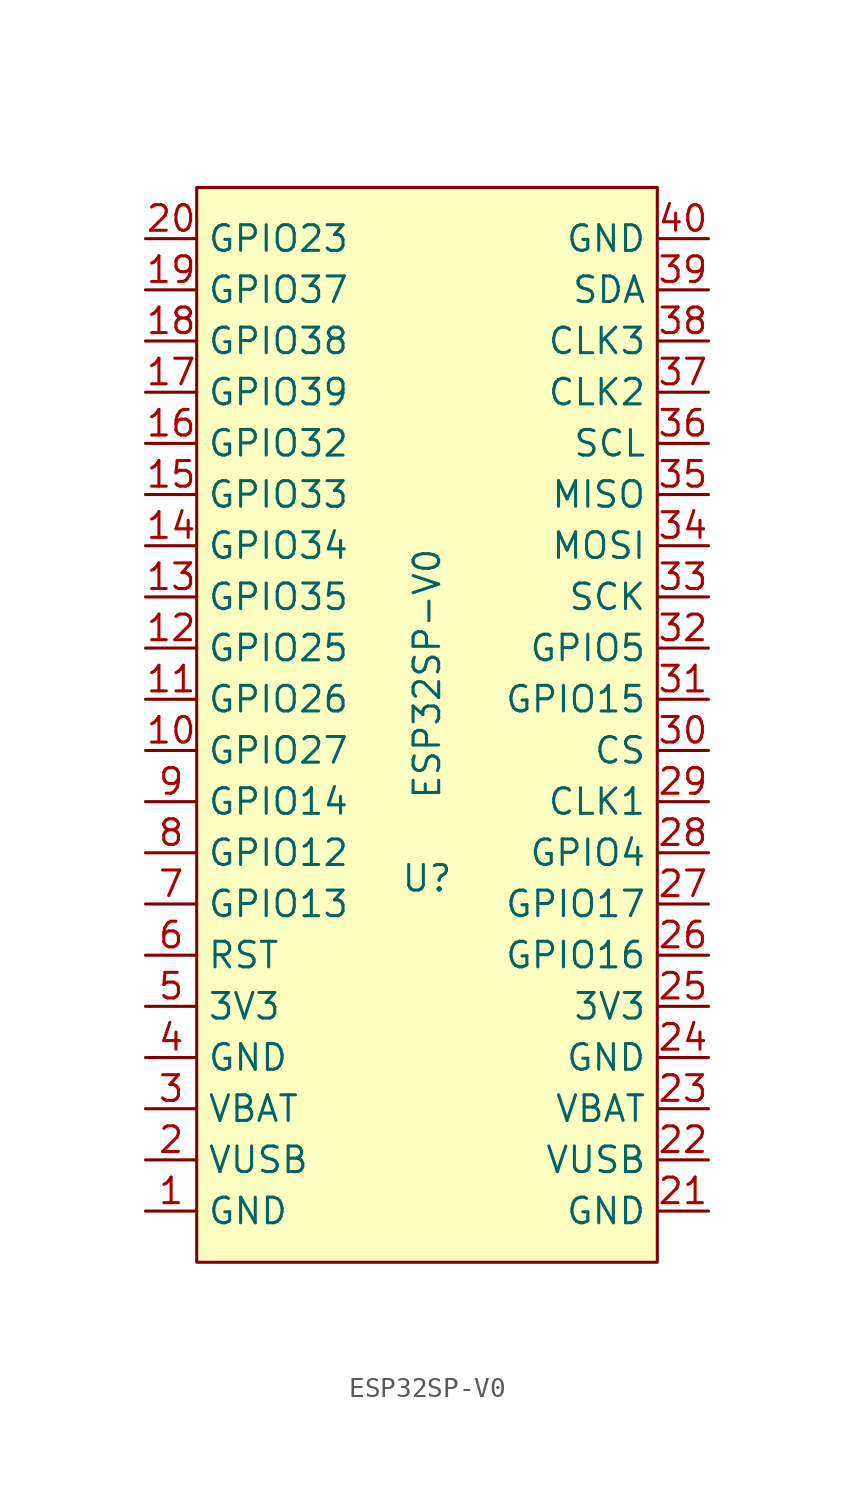
<source format=kicad_sym>
(kicad_symbol_lib
  (version 20211014)
  (generator kicad_symbol_editor)
  (symbol "ESP32SP-V0"
    (property "Reference" "U"
      (at 0 -6.35 0)
      (effects (font (size 1.27 1.27))))
    (property "Value" "ESP32SP-V0"
      (at 0 3.81 90)
      (effects (font (size 1.27 1.27))))
    (symbol "ESP32SP-V0_0_1"
      (rectangle (start -11.43 27.94) (end 11.43 -25.4) (stroke (width 0) (type default) (color 0 0 0 0)) (fill (type background))))
    (symbol "ESP32SP-V0_1_1"
      (pin input line (at -13.97 -22.86 0) (length 2.54) (name "GND" (effects (font (size 1.27 1.27)))) (number "1" (effects (font (size 1.27 1.27)))))
      (pin bidirectional line (at -13.97 0 0) (length 2.54) (name "GPIO27" (effects (font (size 1.27 1.27)))) (number "10" (effects (font (size 1.27 1.27)))))
      (pin bidirectional line (at -13.97 2.54 0) (length 2.54) (name "GPIO26" (effects (font (size 1.27 1.27)))) (number "11" (effects (font (size 1.27 1.27)))))
      (pin bidirectional line (at -13.97 5.08 0) (length 2.54) (name "GPIO25" (effects (font (size 1.27 1.27)))) (number "12" (effects (font (size 1.27 1.27)))))
      (pin bidirectional line (at -13.97 7.62 0) (length 2.54) (name "GPIO35" (effects (font (size 1.27 1.27)))) (number "13" (effects (font (size 1.27 1.27)))))
      (pin bidirectional line (at -13.97 10.16 0) (length 2.54) (name "GPIO34" (effects (font (size 1.27 1.27)))) (number "14" (effects (font (size 1.27 1.27)))))
      (pin bidirectional line (at -13.97 12.7 0) (length 2.54) (name "GPIO33" (effects (font (size 1.27 1.27)))) (number "15" (effects (font (size 1.27 1.27)))))
      (pin bidirectional line (at -13.97 15.24 0) (length 2.54) (name "GPIO32" (effects (font (size 1.27 1.27)))) (number "16" (effects (font (size 1.27 1.27)))))
      (pin bidirectional line (at -13.97 17.78 0) (length 2.54) (name "GPIO39" (effects (font (size 1.27 1.27)))) (number "17" (effects (font (size 1.27 1.27)))))
      (pin bidirectional line (at -13.97 20.32 0) (length 2.54) (name "GPIO38" (effects (font (size 1.27 1.27)))) (number "18" (effects (font (size 1.27 1.27)))))
      (pin bidirectional line (at -13.97 22.86 0) (length 2.54) (name "GPIO37" (effects (font (size 1.27 1.27)))) (number "19" (effects (font (size 1.27 1.27)))))
      (pin input line (at -13.97 -20.32 0) (length 2.54) (name "VUSB" (effects (font (size 1.27 1.27)))) (number "2" (effects (font (size 1.27 1.27)))))
      (pin bidirectional line (at -13.97 25.4 0) (length 2.54) (name "GPIO23" (effects (font (size 1.27 1.27)))) (number "20" (effects (font (size 1.27 1.27)))))
      (pin input line (at 13.97 -22.86 180) (length 2.54) (name "GND" (effects (font (size 1.27 1.27)))) (number "21" (effects (font (size 1.27 1.27)))))
      (pin input line (at 13.97 -20.32 180) (length 2.54) (name "VUSB" (effects (font (size 1.27 1.27)))) (number "22" (effects (font (size 1.27 1.27)))))
      (pin input line (at 13.97 -17.78 180) (length 2.54) (name "VBAT" (effects (font (size 1.27 1.27)))) (number "23" (effects (font (size 1.27 1.27)))))
      (pin input line (at 13.97 -15.24 180) (length 2.54) (name "GND" (effects (font (size 1.27 1.27)))) (number "24" (effects (font (size 1.27 1.27)))))
      (pin input line (at 13.97 -12.7 180) (length 2.54) (name "3V3" (effects (font (size 1.27 1.27)))) (number "25" (effects (font (size 1.27 1.27)))))
      (pin bidirectional line (at 13.97 -10.16 180) (length 2.54) (name "GPIO16" (effects (font (size 1.27 1.27)))) (number "26" (effects (font (size 1.27 1.27)))))
      (pin bidirectional line (at 13.97 -7.62 180) (length 2.54) (name "GPIO17" (effects (font (size 1.27 1.27)))) (number "27" (effects (font (size 1.27 1.27)))))
      (pin bidirectional line (at 13.97 -5.08 180) (length 2.54) (name "GPIO4" (effects (font (size 1.27 1.27)))) (number "28" (effects (font (size 1.27 1.27)))))
      (pin input line (at 13.97 -2.54 180) (length 2.54) (name "CLK1" (effects (font (size 1.27 1.27)))) (number "29" (effects (font (size 1.27 1.27)))))
      (pin input line (at -13.97 -17.78 0) (length 2.54) (name "VBAT" (effects (font (size 1.27 1.27)))) (number "3" (effects (font (size 1.27 1.27)))))
      (pin input line (at 13.97 0 180) (length 2.54) (name "CS" (effects (font (size 1.27 1.27)))) (number "30" (effects (font (size 1.27 1.27)))))
      (pin bidirectional line (at 13.97 2.54 180) (length 2.54) (name "GPIO15" (effects (font (size 1.27 1.27)))) (number "31" (effects (font (size 1.27 1.27)))))
      (pin bidirectional line (at 13.97 5.08 180) (length 2.54) (name "GPIO5" (effects (font (size 1.27 1.27)))) (number "32" (effects (font (size 1.27 1.27)))))
      (pin output line (at 13.97 7.62 180) (length 2.54) (name "SCK" (effects (font (size 1.27 1.27)))) (number "33" (effects (font (size 1.27 1.27)))))
      (pin output line (at 13.97 10.16 180) (length 2.54) (name "MOSI" (effects (font (size 1.27 1.27)))) (number "34" (effects (font (size 1.27 1.27)))))
      (pin output line (at 13.97 12.7 180) (length 2.54) (name "MISO" (effects (font (size 1.27 1.27)))) (number "35" (effects (font (size 1.27 1.27)))))
      (pin output line (at 13.97 15.24 180) (length 2.54) (name "SCL" (effects (font (size 1.27 1.27)))) (number "36" (effects (font (size 1.27 1.27)))))
      (pin output line (at 13.97 17.78 180) (length 2.54) (name "CLK2" (effects (font (size 1.27 1.27)))) (number "37" (effects (font (size 1.27 1.27)))))
      (pin output line (at 13.97 20.32 180) (length 2.54) (name "CLK3" (effects (font (size 1.27 1.27)))) (number "38" (effects (font (size 1.27 1.27)))))
      (pin output line (at 13.97 22.86 180) (length 2.54) (name "SDA" (effects (font (size 1.27 1.27)))) (number "39" (effects (font (size 1.27 1.27)))))
      (pin input line (at -13.97 -15.24 0) (length 2.54) (name "GND" (effects (font (size 1.27 1.27)))) (number "4" (effects (font (size 1.27 1.27)))))
      (pin output line (at 13.97 25.4 180) (length 2.54) (name "GND" (effects (font (size 1.27 1.27)))) (number "40" (effects (font (size 1.27 1.27)))))
      (pin input line (at -13.97 -12.7 0) (length 2.54) (name "3V3" (effects (font (size 1.27 1.27)))) (number "5" (effects (font (size 1.27 1.27)))))
      (pin input line (at -13.97 -10.16 0) (length 2.54) (name "RST" (effects (font (size 1.27 1.27)))) (number "6" (effects (font (size 1.27 1.27)))))
      (pin bidirectional line (at -13.97 -7.62 0) (length 2.54) (name "GPIO13" (effects (font (size 1.27 1.27)))) (number "7" (effects (font (size 1.27 1.27)))))
      (pin bidirectional line (at -13.97 -5.08 0) (length 2.54) (name "GPIO12" (effects (font (size 1.27 1.27)))) (number "8" (effects (font (size 1.27 1.27)))))
      (pin bidirectional line (at -13.97 -2.54 0) (length 2.54) (name "GPIO14" (effects (font (size 1.27 1.27)))) (number "9" (effects (font (size 1.27 1.27))))))))
</source>
